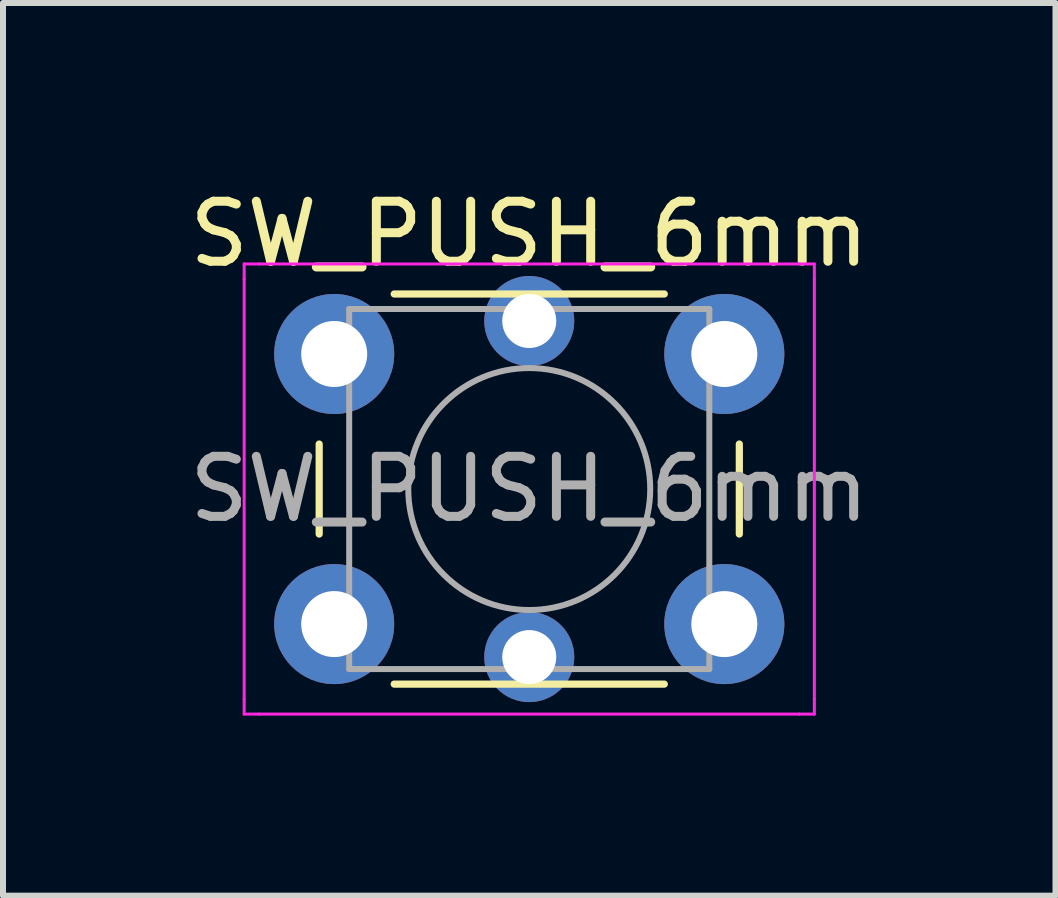
<source format=kicad_pcb>
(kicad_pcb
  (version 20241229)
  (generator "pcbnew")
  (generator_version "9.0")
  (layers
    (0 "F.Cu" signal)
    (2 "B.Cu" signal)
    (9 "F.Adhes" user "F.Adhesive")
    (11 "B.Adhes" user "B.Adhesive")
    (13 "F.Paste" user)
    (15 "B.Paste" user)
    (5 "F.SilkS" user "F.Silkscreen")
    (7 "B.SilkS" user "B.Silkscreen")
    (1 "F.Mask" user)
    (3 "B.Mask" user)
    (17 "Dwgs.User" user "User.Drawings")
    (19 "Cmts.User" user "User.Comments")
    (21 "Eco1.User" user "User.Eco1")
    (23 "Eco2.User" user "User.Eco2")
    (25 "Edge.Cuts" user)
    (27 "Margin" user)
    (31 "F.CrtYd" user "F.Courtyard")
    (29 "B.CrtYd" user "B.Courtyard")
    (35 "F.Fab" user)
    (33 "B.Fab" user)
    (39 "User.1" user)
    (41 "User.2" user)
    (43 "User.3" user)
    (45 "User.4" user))
  (footprint "SW_PUSH_6mm"
    (layer "F.Cu")
    (at 2.518 2.848)
    (property "Reference" "SW_PUSH_6mm" (at 3.25 -2 0) (layer "F.SilkS") (effects (font (size 1 1) (thickness 0.15))))
    (attr through_hole)
    (fp_line (start -0.25 1.5) (end -0.25 3) (stroke (width 0.12) (type solid)) (layer "F.SilkS"))
    (fp_line (start 1 5.5) (end 5.5 5.5) (stroke (width 0.12) (type solid)) (layer "F.SilkS"))
    (fp_line (start 5.5 -1) (end 1 -1) (stroke (width 0.12) (type solid)) (layer "F.SilkS"))
    (fp_line (start 6.75 3) (end 6.75 1.5) (stroke (width 0.12) (type solid)) (layer "F.SilkS"))
    (fp_line (start -1.5 -1.5) (end -1.25 -1.5) (stroke (width 0.05) (type solid)) (layer "F.CrtYd"))
    (fp_line (start -1.5 -1.25) (end -1.5 -1.5) (stroke (width 0.05) (type solid)) (layer "F.CrtYd"))
    (fp_line (start -1.5 5.75) (end -1.5 -1.25) (stroke (width 0.05) (type solid)) (layer "F.CrtYd"))
    (fp_line (start -1.5 5.75) (end -1.5 6) (stroke (width 0.05) (type solid)) (layer "F.CrtYd"))
    (fp_line (start -1.5 6) (end -1.25 6) (stroke (width 0.05) (type solid)) (layer "F.CrtYd"))
    (fp_line (start -1.25 -1.5) (end 7.75 -1.5) (stroke (width 0.05) (type solid)) (layer "F.CrtYd"))
    (fp_line (start 7.75 -1.5) (end 8 -1.5) (stroke (width 0.05) (type solid)) (layer "F.CrtYd"))
    (fp_line (start 7.75 6) (end -1.25 6) (stroke (width 0.05) (type solid)) (layer "F.CrtYd"))
    (fp_line (start 7.75 6) (end 8 6) (stroke (width 0.05) (type solid)) (layer "F.CrtYd"))
    (fp_line (start 8 -1.5) (end 8 -1.25) (stroke (width 0.05) (type solid)) (layer "F.CrtYd"))
    (fp_line (start 8 -1.25) (end 8 5.75) (stroke (width 0.05) (type solid)) (layer "F.CrtYd"))
    (fp_line (start 8 6) (end 8 5.75) (stroke (width 0.05) (type solid)) (layer "F.CrtYd"))
    (fp_line (start 0.25 -0.75) (end 3.25 -0.75) (stroke (width 0.1) (type solid)) (layer "F.Fab"))
    (fp_line (start 0.25 5.25) (end 0.25 -0.75) (stroke (width 0.1) (type solid)) (layer "F.Fab"))
    (fp_line (start 3.25 -0.75) (end 6.25 -0.75) (stroke (width 0.1) (type solid)) (layer "F.Fab"))
    (fp_line (start 6.25 -0.75) (end 6.25 5.25) (stroke (width 0.1) (type solid)) (layer "F.Fab"))
    (fp_line (start 6.25 5.25) (end 0.25 5.25) (stroke (width 0.1) (type solid)) (layer "F.Fab"))
    (fp_circle (center 3.25 2.25) (end 1.25 2.5) (stroke (width 0.1) (type solid)) (fill no) (layer "F.Fab"))
    (fp_text user "${REFERENCE}" (at 3.25 2.25 0) (layer "F.Fab") (effects (font (size 1 1) (thickness 0.15))))
    (pad "1" thru_hole circle (at 0 0 90) (size 2 2) (drill 1.1) (layers "*.Cu" "*.Mask"))
    (pad "1" thru_hole circle (at 6.5 0 90) (size 2 2) (drill 1.1) (layers "*.Cu" "*.Mask"))
    (pad "2" thru_hole circle (at 3.25 -0.55 90) (size 1.5 1.5) (drill 0.9) (layers "*.Cu" "*.Mask"))
    (pad "3" thru_hole circle (at 3.25 5.05 90) (size 1.5 1.5) (drill 0.9) (layers "*.Cu" "*.Mask"))
    (pad "4" thru_hole circle (at 0 4.5 90) (size 2 2) (drill 1.1) (layers "*.Cu" "*.Mask"))
    (pad "4" thru_hole circle (at 6.5 4.5 90) (size 2 2) (drill 1.1) (layers "*.Cu" "*.Mask")))
  (gr_rect
    (start -3 -3)
    (end 14.536 11.873)
    (stroke (width 0.1) (type default))
    (fill no)
    (layer "Edge.Cuts")))
</source>
